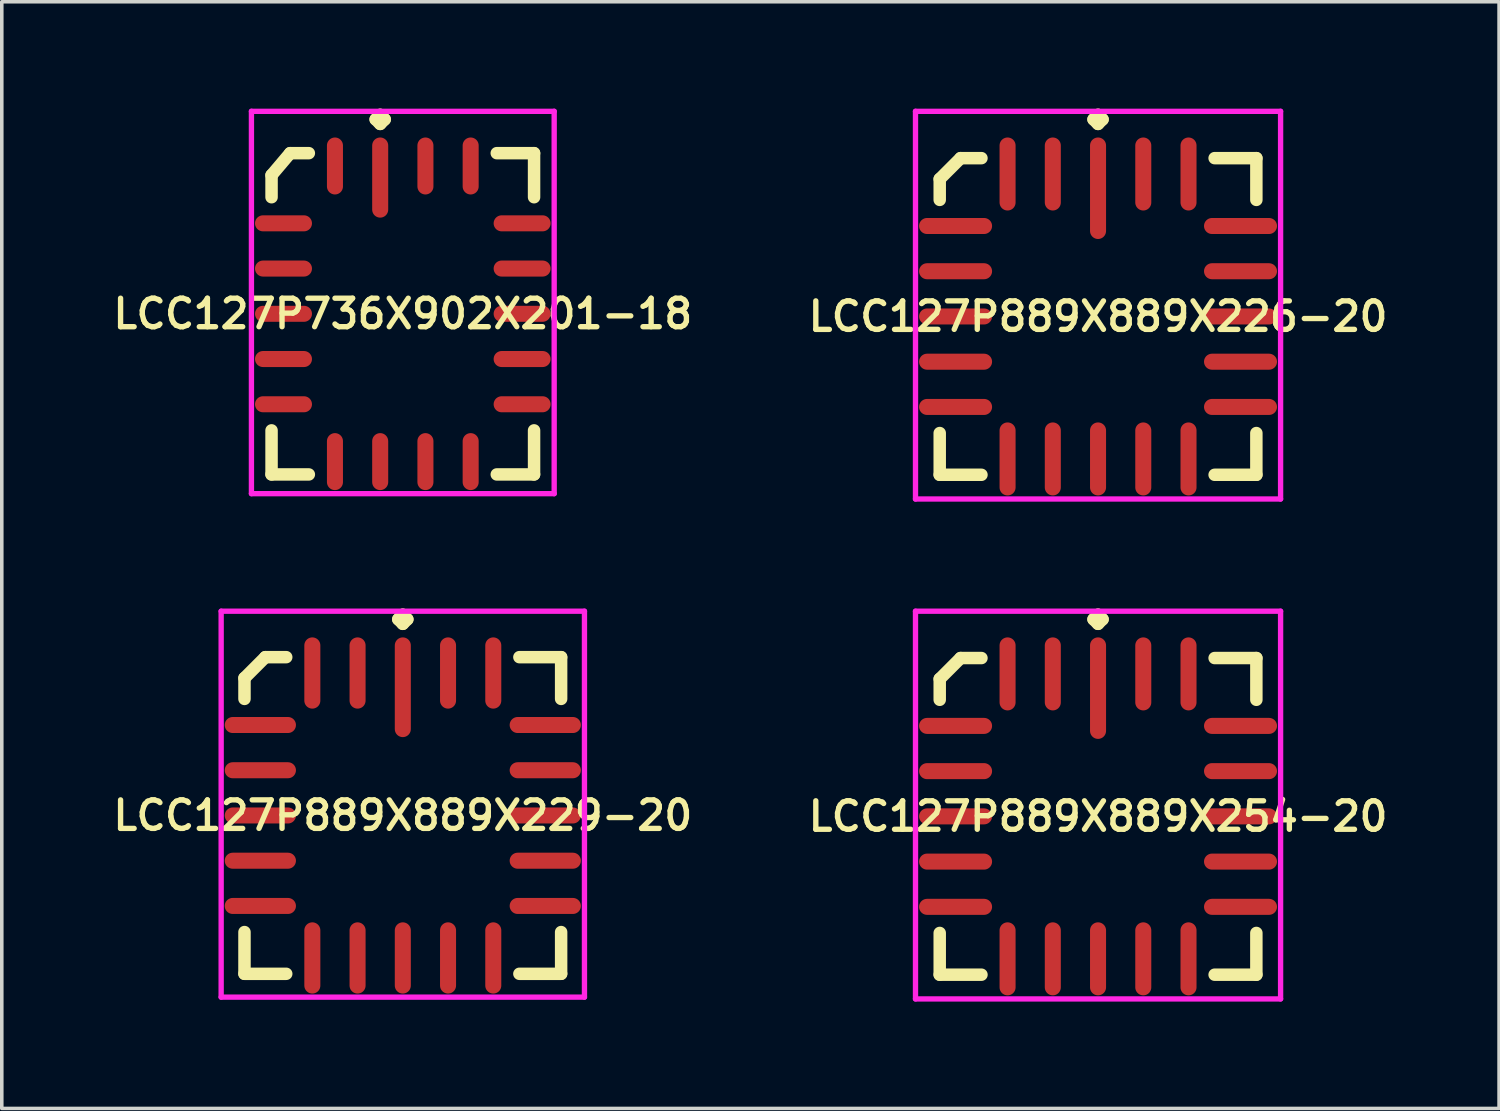
<source format=kicad_pcb>
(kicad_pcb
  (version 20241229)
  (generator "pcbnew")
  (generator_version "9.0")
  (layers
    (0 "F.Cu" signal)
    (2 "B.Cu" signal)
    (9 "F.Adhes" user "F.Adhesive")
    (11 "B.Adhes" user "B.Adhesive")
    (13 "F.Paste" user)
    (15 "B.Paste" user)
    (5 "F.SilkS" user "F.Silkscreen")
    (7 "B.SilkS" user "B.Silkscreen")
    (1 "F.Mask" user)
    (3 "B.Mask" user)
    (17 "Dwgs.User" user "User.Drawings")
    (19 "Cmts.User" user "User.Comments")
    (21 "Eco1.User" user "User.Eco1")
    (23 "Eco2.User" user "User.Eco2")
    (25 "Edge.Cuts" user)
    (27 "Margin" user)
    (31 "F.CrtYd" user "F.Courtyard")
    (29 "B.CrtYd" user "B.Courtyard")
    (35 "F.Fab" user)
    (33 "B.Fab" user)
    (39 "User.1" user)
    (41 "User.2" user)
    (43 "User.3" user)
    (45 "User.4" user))
  (footprint "LCC127P736X902X201-18"
    (layer "F.Cu")
    (at 8.259 5.76)
    (property "Reference" "LCC127P736X902X201-18" (at 0 0 0) (layer "F.SilkS") (effects (font (size 0.8 0.8) (thickness 0.15))))
    (attr smd)
    (fp_line (start -3.685 -3.892) (end -3.162 -4.51) (stroke (width 0.35) (type solid)) (layer "F.SilkS"))
    (fp_line (start -3.685 -3.273) (end -3.685 -3.892) (stroke (width 0.35) (type solid)) (layer "F.SilkS"))
    (fp_line (start -3.685 3.273) (end -3.685 4.51) (stroke (width 0.35) (type solid)) (layer "F.SilkS"))
    (fp_line (start -3.685 4.51) (end -2.638 4.51) (stroke (width 0.35) (type solid)) (layer "F.SilkS"))
    (fp_line (start -3.162 -4.51) (end -2.638 -4.51) (stroke (width 0.35) (type solid)) (layer "F.SilkS"))
    (fp_line (start -0.762 -5.458) (end -0.635 -5.585) (stroke (width 0.35) (type solid)) (layer "F.SilkS"))
    (fp_line (start -0.635 -5.585) (end -0.508 -5.458) (stroke (width 0.35) (type solid)) (layer "F.SilkS"))
    (fp_line (start -0.635 -5.331) (end -0.762 -5.458) (stroke (width 0.35) (type solid)) (layer "F.SilkS"))
    (fp_line (start -0.508 -5.458) (end -0.635 -5.331) (stroke (width 0.35) (type solid)) (layer "F.SilkS"))
    (fp_line (start 3.685 -4.51) (end 2.638 -4.51) (stroke (width 0.35) (type solid)) (layer "F.SilkS"))
    (fp_line (start 3.685 -3.273) (end 3.685 -4.51) (stroke (width 0.35) (type solid)) (layer "F.SilkS"))
    (fp_line (start 3.685 3.273) (end 3.685 4.51) (stroke (width 0.35) (type solid)) (layer "F.SilkS"))
    (fp_line (start 3.685 4.51) (end 2.638 4.51) (stroke (width 0.35) (type solid)) (layer "F.SilkS"))
    (fp_line (start -4.25 -5.685) (end 4.25 -5.685) (stroke (width 0.15) (type solid)) (layer "F.CrtYd"))
    (fp_line (start -4.25 5.05) (end -4.25 -5.685) (stroke (width 0.15) (type solid)) (layer "F.CrtYd"))
    (fp_line (start 4.25 -5.685) (end 4.25 5.05) (stroke (width 0.15) (type solid)) (layer "F.CrtYd"))
    (fp_line (start 4.25 5.05) (end -4.25 5.05) (stroke (width 0.15) (type solid)) (layer "F.CrtYd"))
    (pad "1" smd oval (at -0.635 -3.825) (size 0.45 2.25) (layers "F.Cu" "F.Mask" "F.Paste"))
    (pad "2" smd oval (at -1.905 -4.15) (size 0.45 1.6) (layers "F.Cu" "F.Mask" "F.Paste"))
    (pad "3" smd oval (at -3.35 -2.54) (size 1.6 0.45) (layers "F.Cu" "F.Mask" "F.Paste"))
    (pad "4" smd oval (at -3.35 -1.27) (size 1.6 0.45) (layers "F.Cu" "F.Mask" "F.Paste"))
    (pad "5" smd oval (at -3.35 0) (size 1.6 0.45) (layers "F.Cu" "F.Mask" "F.Paste"))
    (pad "6" smd oval (at -3.35 1.27) (size 1.6 0.45) (layers "F.Cu" "F.Mask" "F.Paste"))
    (pad "7" smd oval (at -3.35 2.54) (size 1.6 0.45) (layers "F.Cu" "F.Mask" "F.Paste"))
    (pad "8" smd oval (at -1.905 4.15) (size 0.45 1.6) (layers "F.Cu" "F.Mask" "F.Paste"))
    (pad "9" smd oval (at -0.635 4.15) (size 0.45 1.6) (layers "F.Cu" "F.Mask" "F.Paste"))
    (pad "10" smd oval (at 0.635 4.15) (size 0.45 1.6) (layers "F.Cu" "F.Mask" "F.Paste"))
    (pad "11" smd oval (at 1.905 4.15) (size 0.45 1.6) (layers "F.Cu" "F.Mask" "F.Paste"))
    (pad "12" smd oval (at 3.35 2.54) (size 1.6 0.45) (layers "F.Cu" "F.Mask" "F.Paste"))
    (pad "13" smd oval (at 3.35 1.27) (size 1.6 0.45) (layers "F.Cu" "F.Mask" "F.Paste"))
    (pad "14" smd oval (at 3.35 0) (size 1.6 0.45) (layers "F.Cu" "F.Mask" "F.Paste"))
    (pad "15" smd oval (at 3.35 -1.27) (size 1.6 0.45) (layers "F.Cu" "F.Mask" "F.Paste"))
    (pad "16" smd oval (at 3.35 -2.54) (size 1.6 0.45) (layers "F.Cu" "F.Mask" "F.Paste"))
    (pad "17" smd oval (at 1.905 -4.15) (size 0.45 1.6) (layers "F.Cu" "F.Mask" "F.Paste"))
    (pad "18" smd oval (at 0.635 -4.15) (size 0.45 1.6) (layers "F.Cu" "F.Mask" "F.Paste")))
  (footprint "LCC127P889X889X226-20"
    (layer "F.Cu")
    (at 27.778 5.835)
    (property "Reference" "LCC127P889X889X226-20" (at 0 0 0) (layer "F.SilkS") (effects (font (size 0.8 0.8) (thickness 0.15))))
    (attr through_hole)
    (fp_line (start -4.445 -3.859) (end -3.859 -4.445) (stroke (width 0.35) (type solid)) (layer "F.SilkS"))
    (fp_line (start -4.445 -3.273) (end -4.445 -3.859) (stroke (width 0.35) (type solid)) (layer "F.SilkS"))
    (fp_line (start -4.445 3.273) (end -4.445 4.445) (stroke (width 0.35) (type solid)) (layer "F.SilkS"))
    (fp_line (start -4.445 4.445) (end -3.273 4.445) (stroke (width 0.35) (type solid)) (layer "F.SilkS"))
    (fp_line (start -3.859 -4.445) (end -3.273 -4.445) (stroke (width 0.35) (type solid)) (layer "F.SilkS"))
    (fp_line (start -0.127 -5.533) (end 0 -5.66) (stroke (width 0.35) (type solid)) (layer "F.SilkS"))
    (fp_line (start 0 -5.66) (end 0.127 -5.533) (stroke (width 0.35) (type solid)) (layer "F.SilkS"))
    (fp_line (start 0 -5.406) (end -0.127 -5.533) (stroke (width 0.35) (type solid)) (layer "F.SilkS"))
    (fp_line (start 0.127 -5.533) (end 0 -5.406) (stroke (width 0.35) (type solid)) (layer "F.SilkS"))
    (fp_line (start 4.445 -4.445) (end 3.273 -4.445) (stroke (width 0.35) (type solid)) (layer "F.SilkS"))
    (fp_line (start 4.445 -3.273) (end 4.445 -4.445) (stroke (width 0.35) (type solid)) (layer "F.SilkS"))
    (fp_line (start 4.445 3.273) (end 4.445 4.445) (stroke (width 0.35) (type solid)) (layer "F.SilkS"))
    (fp_line (start 4.445 4.445) (end 3.273 4.445) (stroke (width 0.35) (type solid)) (layer "F.SilkS"))
    (fp_line (start -5.125 -5.76) (end 5.125 -5.76) (stroke (width 0.15) (type solid)) (layer "F.CrtYd"))
    (fp_line (start -5.125 5.125) (end -5.125 -5.76) (stroke (width 0.15) (type solid)) (layer "F.CrtYd"))
    (fp_line (start 5.125 -5.76) (end 5.125 5.125) (stroke (width 0.15) (type solid)) (layer "F.CrtYd"))
    (fp_line (start 5.125 5.125) (end -5.125 5.125) (stroke (width 0.15) (type solid)) (layer "F.CrtYd"))
    (pad "1" smd oval (at 0 -3.6) (size 0.45 2.85) (layers "F.Cu" "F.Mask" "F.Paste"))
    (pad "2" smd oval (at -1.27 -4) (size 0.45 2.05) (layers "F.Cu" "F.Mask" "F.Paste"))
    (pad "3" smd oval (at -2.54 -4) (size 0.45 2.05) (layers "F.Cu" "F.Mask" "F.Paste"))
    (pad "4" smd oval (at -4 -2.54) (size 2.05 0.45) (layers "F.Cu" "F.Mask" "F.Paste"))
    (pad "5" smd oval (at -4 -1.27) (size 2.05 0.45) (layers "F.Cu" "F.Mask" "F.Paste"))
    (pad "6" smd oval (at -4 0) (size 2.05 0.45) (layers "F.Cu" "F.Mask" "F.Paste"))
    (pad "7" smd oval (at -4 1.27) (size 2.05 0.45) (layers "F.Cu" "F.Mask" "F.Paste"))
    (pad "8" smd oval (at -4 2.54) (size 2.05 0.45) (layers "F.Cu" "F.Mask" "F.Paste"))
    (pad "9" smd oval (at -2.54 4) (size 0.45 2.05) (layers "F.Cu" "F.Mask" "F.Paste"))
    (pad "10" smd oval (at -1.27 4) (size 0.45 2.05) (layers "F.Cu" "F.Mask" "F.Paste"))
    (pad "11" smd oval (at 0 4) (size 0.45 2.05) (layers "F.Cu" "F.Mask" "F.Paste"))
    (pad "12" smd oval (at 1.27 4) (size 0.45 2.05) (layers "F.Cu" "F.Mask" "F.Paste"))
    (pad "13" smd oval (at 2.54 4) (size 0.45 2.05) (layers "F.Cu" "F.Mask" "F.Paste"))
    (pad "14" smd oval (at 4 2.54) (size 2.05 0.45) (layers "F.Cu" "F.Mask" "F.Paste"))
    (pad "15" smd oval (at 4 1.27) (size 2.05 0.45) (layers "F.Cu" "F.Mask" "F.Paste"))
    (pad "16" smd oval (at 4 0) (size 2.05 0.45) (layers "F.Cu" "F.Mask" "F.Paste"))
    (pad "17" smd oval (at 4 -1.27) (size 2.05 0.45) (layers "F.Cu" "F.Mask" "F.Paste"))
    (pad "18" smd oval (at 4 -2.54) (size 2.05 0.45) (layers "F.Cu" "F.Mask" "F.Paste"))
    (pad "19" smd oval (at 2.54 -4) (size 0.45 2.05) (layers "F.Cu" "F.Mask" "F.Paste"))
    (pad "20" smd oval (at 1.27 -4) (size 0.45 2.05) (layers "F.Cu" "F.Mask" "F.Paste")))
  (footprint "LCC127P889X889X229-20"
    (layer "F.Cu")
    (at 8.259 19.845)
    (property "Reference" "LCC127P889X889X229-20" (at 0 0 0) (layer "F.SilkS") (effects (font (size 0.8 0.8) (thickness 0.15))))
    (attr smd)
    (fp_line (start -4.445 -3.859) (end -3.859 -4.445) (stroke (width 0.35) (type solid)) (layer "F.SilkS"))
    (fp_line (start -4.445 -3.273) (end -4.445 -3.859) (stroke (width 0.35) (type solid)) (layer "F.SilkS"))
    (fp_line (start -4.445 3.273) (end -4.445 4.445) (stroke (width 0.35) (type solid)) (layer "F.SilkS"))
    (fp_line (start -4.445 4.445) (end -3.273 4.445) (stroke (width 0.35) (type solid)) (layer "F.SilkS"))
    (fp_line (start -3.859 -4.445) (end -3.273 -4.445) (stroke (width 0.35) (type solid)) (layer "F.SilkS"))
    (fp_line (start -0.127 -5.508) (end 0 -5.635) (stroke (width 0.35) (type solid)) (layer "F.SilkS"))
    (fp_line (start 0 -5.635) (end 0.127 -5.508) (stroke (width 0.35) (type solid)) (layer "F.SilkS"))
    (fp_line (start 0 -5.381) (end -0.127 -5.508) (stroke (width 0.35) (type solid)) (layer "F.SilkS"))
    (fp_line (start 0.127 -5.508) (end 0 -5.381) (stroke (width 0.35) (type solid)) (layer "F.SilkS"))
    (fp_line (start 4.445 -4.445) (end 3.273 -4.445) (stroke (width 0.35) (type solid)) (layer "F.SilkS"))
    (fp_line (start 4.445 -3.273) (end 4.445 -4.445) (stroke (width 0.35) (type solid)) (layer "F.SilkS"))
    (fp_line (start 4.445 3.273) (end 4.445 4.445) (stroke (width 0.35) (type solid)) (layer "F.SilkS"))
    (fp_line (start 4.445 4.445) (end 3.273 4.445) (stroke (width 0.35) (type solid)) (layer "F.SilkS"))
    (fp_line (start -5.1 -5.735) (end 5.1 -5.735) (stroke (width 0.15) (type solid)) (layer "F.CrtYd"))
    (fp_line (start -5.1 5.1) (end -5.1 -5.735) (stroke (width 0.15) (type solid)) (layer "F.CrtYd"))
    (fp_line (start 5.1 -5.735) (end 5.1 5.1) (stroke (width 0.15) (type solid)) (layer "F.CrtYd"))
    (fp_line (start 5.1 5.1) (end -5.1 5.1) (stroke (width 0.15) (type solid)) (layer "F.CrtYd"))
    (pad "1" smd oval (at 0 -3.6) (size 0.45 2.8) (layers "F.Cu" "F.Mask" "F.Paste"))
    (pad "2" smd oval (at -1.27 -4) (size 0.45 2) (layers "F.Cu" "F.Mask" "F.Paste"))
    (pad "3" smd oval (at -2.54 -4) (size 0.45 2) (layers "F.Cu" "F.Mask" "F.Paste"))
    (pad "4" smd oval (at -4 -2.54) (size 2 0.45) (layers "F.Cu" "F.Mask" "F.Paste"))
    (pad "5" smd oval (at -4 -1.27) (size 2 0.45) (layers "F.Cu" "F.Mask" "F.Paste"))
    (pad "6" smd oval (at -4 0) (size 2 0.45) (layers "F.Cu" "F.Mask" "F.Paste"))
    (pad "7" smd oval (at -4 1.27) (size 2 0.45) (layers "F.Cu" "F.Mask" "F.Paste"))
    (pad "8" smd oval (at -4 2.54) (size 2 0.45) (layers "F.Cu" "F.Mask" "F.Paste"))
    (pad "9" smd oval (at -2.54 4) (size 0.45 2) (layers "F.Cu" "F.Mask" "F.Paste"))
    (pad "10" smd oval (at -1.27 4) (size 0.45 2) (layers "F.Cu" "F.Mask" "F.Paste"))
    (pad "11" smd oval (at 0 4) (size 0.45 2) (layers "F.Cu" "F.Mask" "F.Paste"))
    (pad "12" smd oval (at 1.27 4) (size 0.45 2) (layers "F.Cu" "F.Mask" "F.Paste"))
    (pad "13" smd oval (at 2.54 4) (size 0.45 2) (layers "F.Cu" "F.Mask" "F.Paste"))
    (pad "14" smd oval (at 4 2.54) (size 2 0.45) (layers "F.Cu" "F.Mask" "F.Paste"))
    (pad "15" smd oval (at 4 1.27) (size 2 0.45) (layers "F.Cu" "F.Mask" "F.Paste"))
    (pad "16" smd oval (at 4 0) (size 2 0.45) (layers "F.Cu" "F.Mask" "F.Paste"))
    (pad "17" smd oval (at 4 -1.27) (size 2 0.45) (layers "F.Cu" "F.Mask" "F.Paste"))
    (pad "18" smd oval (at 4 -2.54) (size 2 0.45) (layers "F.Cu" "F.Mask" "F.Paste"))
    (pad "19" smd oval (at 2.54 -4) (size 0.45 2) (layers "F.Cu" "F.Mask" "F.Paste"))
    (pad "20" smd oval (at 1.27 -4) (size 0.45 2) (layers "F.Cu" "F.Mask" "F.Paste")))
  (footprint "LCC127P889X889X254-20"
    (layer "F.Cu")
    (at 27.778 19.87)
    (property "Reference" "LCC127P889X889X254-20" (at 0 0 0) (layer "F.SilkS") (effects (font (size 0.8 0.8) (thickness 0.15))))
    (attr smd)
    (fp_line (start -4.445 -3.859) (end -3.859 -4.445) (stroke (width 0.35) (type solid)) (layer "F.SilkS"))
    (fp_line (start -4.445 -3.273) (end -4.445 -3.859) (stroke (width 0.35) (type solid)) (layer "F.SilkS"))
    (fp_line (start -4.445 3.273) (end -4.445 4.445) (stroke (width 0.35) (type solid)) (layer "F.SilkS"))
    (fp_line (start -4.445 4.445) (end -3.273 4.445) (stroke (width 0.35) (type solid)) (layer "F.SilkS"))
    (fp_line (start -3.859 -4.445) (end -3.273 -4.445) (stroke (width 0.35) (type solid)) (layer "F.SilkS"))
    (fp_line (start -0.127 -5.533) (end 0 -5.66) (stroke (width 0.35) (type solid)) (layer "F.SilkS"))
    (fp_line (start 0 -5.66) (end 0.127 -5.533) (stroke (width 0.35) (type solid)) (layer "F.SilkS"))
    (fp_line (start 0 -5.406) (end -0.127 -5.533) (stroke (width 0.35) (type solid)) (layer "F.SilkS"))
    (fp_line (start 0.127 -5.533) (end 0 -5.406) (stroke (width 0.35) (type solid)) (layer "F.SilkS"))
    (fp_line (start 4.445 -4.445) (end 3.273 -4.445) (stroke (width 0.35) (type solid)) (layer "F.SilkS"))
    (fp_line (start 4.445 -3.273) (end 4.445 -4.445) (stroke (width 0.35) (type solid)) (layer "F.SilkS"))
    (fp_line (start 4.445 3.273) (end 4.445 4.445) (stroke (width 0.35) (type solid)) (layer "F.SilkS"))
    (fp_line (start 4.445 4.445) (end 3.273 4.445) (stroke (width 0.35) (type solid)) (layer "F.SilkS"))
    (fp_line (start -5.125 -5.76) (end 5.125 -5.76) (stroke (width 0.15) (type solid)) (layer "F.CrtYd"))
    (fp_line (start -5.125 5.125) (end -5.125 -5.76) (stroke (width 0.15) (type solid)) (layer "F.CrtYd"))
    (fp_line (start 5.125 -5.76) (end 5.125 5.125) (stroke (width 0.15) (type solid)) (layer "F.CrtYd"))
    (fp_line (start 5.125 5.125) (end -5.125 5.125) (stroke (width 0.15) (type solid)) (layer "F.CrtYd"))
    (pad "1" smd oval (at 0 -3.6) (size 0.45 2.85) (layers "F.Cu" "F.Mask" "F.Paste"))
    (pad "2" smd oval (at -1.27 -4) (size 0.45 2.05) (layers "F.Cu" "F.Mask" "F.Paste"))
    (pad "3" smd oval (at -2.54 -4) (size 0.45 2.05) (layers "F.Cu" "F.Mask" "F.Paste"))
    (pad "4" smd oval (at -4 -2.54) (size 2.05 0.45) (layers "F.Cu" "F.Mask" "F.Paste"))
    (pad "5" smd oval (at -4 -1.27) (size 2.05 0.45) (layers "F.Cu" "F.Mask" "F.Paste"))
    (pad "6" smd oval (at -4 0) (size 2.05 0.45) (layers "F.Cu" "F.Mask" "F.Paste"))
    (pad "7" smd oval (at -4 1.27) (size 2.05 0.45) (layers "F.Cu" "F.Mask" "F.Paste"))
    (pad "8" smd oval (at -4 2.54) (size 2.05 0.45) (layers "F.Cu" "F.Mask" "F.Paste"))
    (pad "9" smd oval (at -2.54 4) (size 0.45 2.05) (layers "F.Cu" "F.Mask" "F.Paste"))
    (pad "10" smd oval (at -1.27 4) (size 0.45 2.05) (layers "F.Cu" "F.Mask" "F.Paste"))
    (pad "11" smd oval (at 0 4) (size 0.45 2.05) (layers "F.Cu" "F.Mask" "F.Paste"))
    (pad "12" smd oval (at 1.27 4) (size 0.45 2.05) (layers "F.Cu" "F.Mask" "F.Paste"))
    (pad "13" smd oval (at 2.54 4) (size 0.45 2.05) (layers "F.Cu" "F.Mask" "F.Paste"))
    (pad "14" smd oval (at 4 2.54) (size 2.05 0.45) (layers "F.Cu" "F.Mask" "F.Paste"))
    (pad "15" smd oval (at 4 1.27) (size 2.05 0.45) (layers "F.Cu" "F.Mask" "F.Paste"))
    (pad "16" smd oval (at 4 0) (size 2.05 0.45) (layers "F.Cu" "F.Mask" "F.Paste"))
    (pad "17" smd oval (at 4 -1.27) (size 2.05 0.45) (layers "F.Cu" "F.Mask" "F.Paste"))
    (pad "18" smd oval (at 4 -2.54) (size 2.05 0.45) (layers "F.Cu" "F.Mask" "F.Paste"))
    (pad "19" smd oval (at 2.54 -4) (size 0.45 2.05) (layers "F.Cu" "F.Mask" "F.Paste"))
    (pad "20" smd oval (at 1.27 -4) (size 0.45 2.05) (layers "F.Cu" "F.Mask" "F.Paste")))
  (gr_rect
    (start -3 -3)
    (end 39.037 28.07)
    (stroke (width 0.1) (type default))
    (fill no)
    (layer "Edge.Cuts")))
</source>
